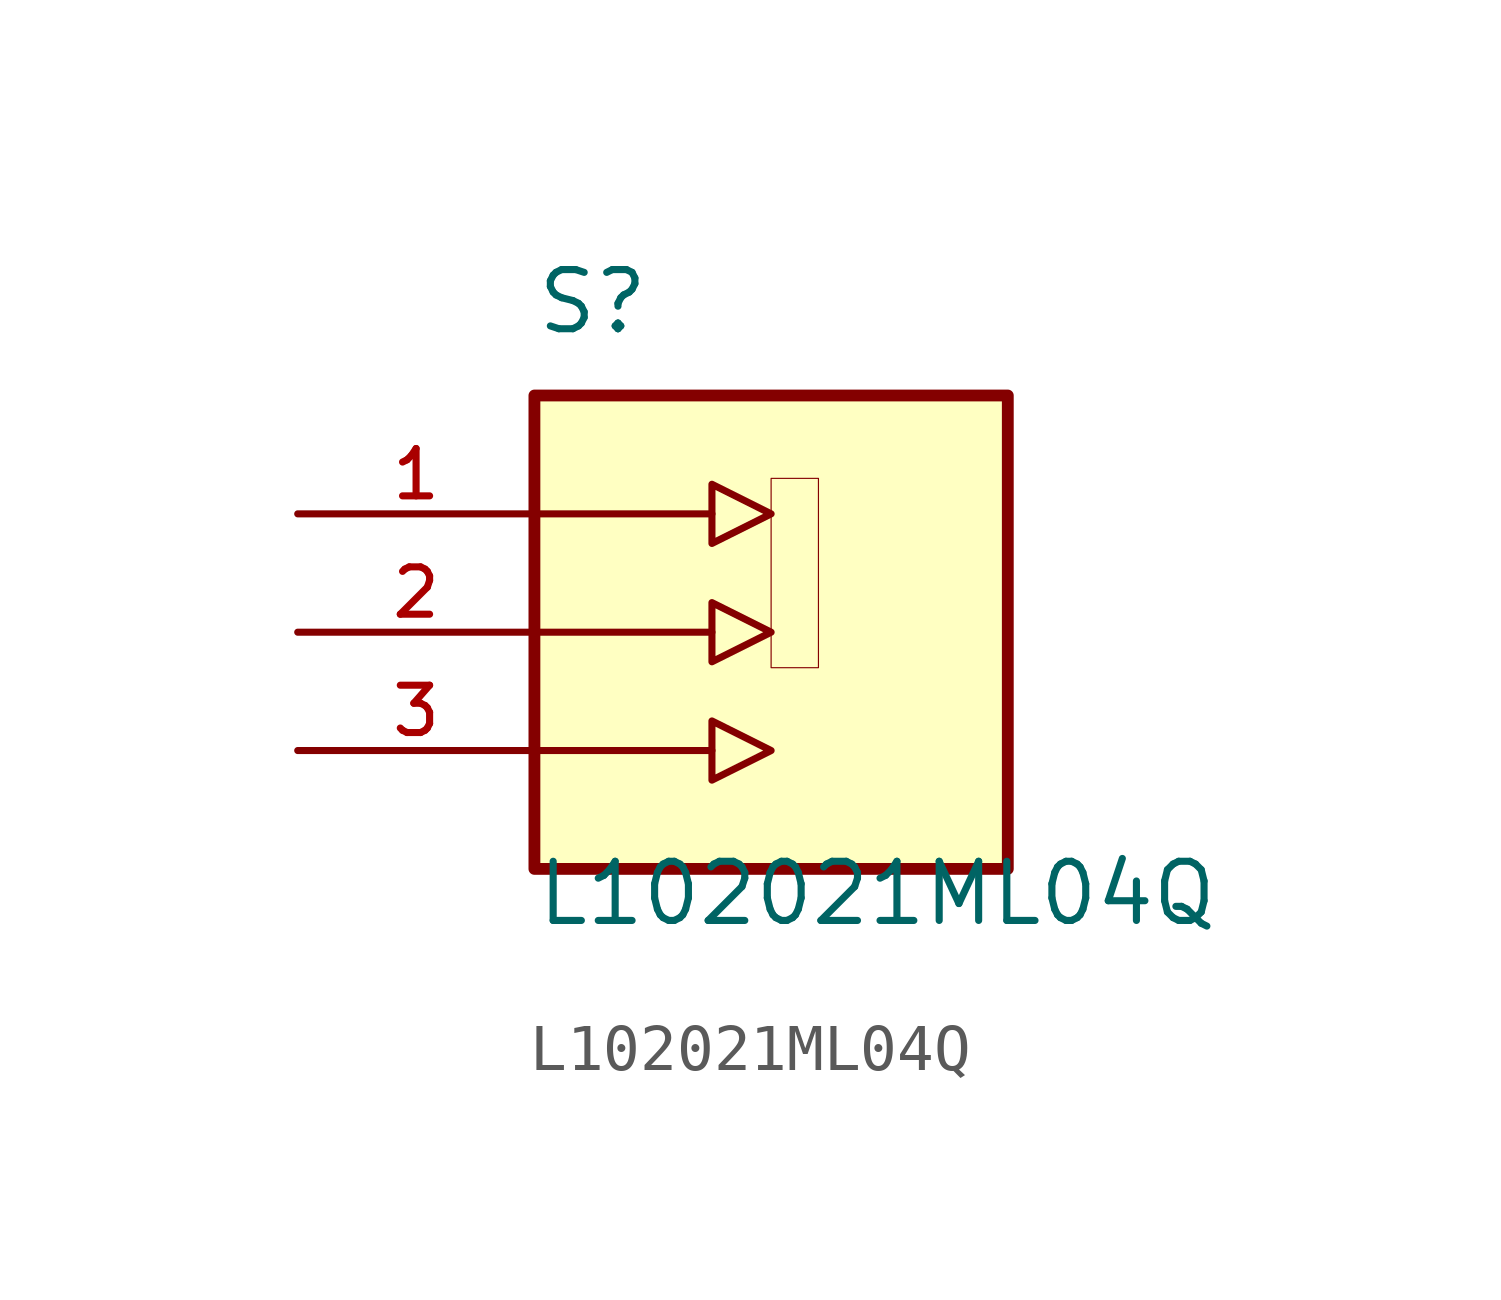
<source format=kicad_sym>
(kicad_symbol_lib
  (version 20211014)
  (generator kicad_symbol_editor)
  (symbol "L102021ML04Q"
    (pin_names
      (offset 1.016) hide)
    (property "Reference" "S"
      (at -5.08 6.35 0)
      (effects (font (size 1.27 1.27)) (justify left bottom)))
    (property "Value" "L102021ML04Q"
      (at -5.08 -6.35 0)
      (effects (font (size 1.27 1.27)) (justify left bottom)))
    (property "ki_locked" ""
      (at 0 0 0)
      (effects (font (size 1.27 1.27))))
    (symbol "L102021ML04Q_0_0"
      (rectangle (start -5.08 -5.08) (end 5.08 5.08) (stroke (width 0.254) (type default) (color 0 0 0 0)) (fill (type background)))
      (polyline (pts (xy -5.08 -2.54) (xy -1.27 -2.54)) (stroke (width 0.152) (type default) (color 0 0 0 0)) (fill (type none)))
      (polyline (pts (xy -5.08 0) (xy -1.27 0)) (stroke (width 0.152) (type default) (color 0 0 0 0)) (fill (type none)))
      (polyline (pts (xy -5.08 2.54) (xy -1.27 2.54)) (stroke (width 0.152) (type default) (color 0 0 0 0)) (fill (type none)))
      (polyline (pts (xy -1.27 -1.905) (xy -1.27 -3.175) (xy 0 -2.54) (xy -1.27 -1.905)) (stroke (width 0.152) (type default) (color 0 0 0 0)) (fill (type background)))
      (polyline (pts (xy -1.27 0.635) (xy -1.27 -0.635) (xy 0 0) (xy -1.27 0.635)) (stroke (width 0.152) (type default) (color 0 0 0 0)) (fill (type background)))
      (polyline (pts (xy -1.27 3.175) (xy -1.27 1.905) (xy 0 2.54) (xy -1.27 3.175)) (stroke (width 0.152) (type default) (color 0 0 0 0)) (fill (type background)))
      (polyline (pts (xy 0 3.302) (xy 0 -0.762) (xy 1.016 -0.762) (xy 1.016 3.302) (xy 0 3.302)) (stroke (width 0.025) (type default) (color 0 0 0 0)) (fill (type background)))
      (pin passive line (at -10.16 2.54 0) (length 5.08) (name "~" (effects (font (size 1.016 1.016)))) (number "1" (effects (font (size 1.016 1.016)))))
      (pin passive line (at -10.16 0 0) (length 5.08) (name "~" (effects (font (size 1.016 1.016)))) (number "2" (effects (font (size 1.016 1.016)))))
      (pin passive line (at -10.16 -2.54 0) (length 5.08) (name "~" (effects (font (size 1.016 1.016)))) (number "3" (effects (font (size 1.016 1.016))))))))
</source>
